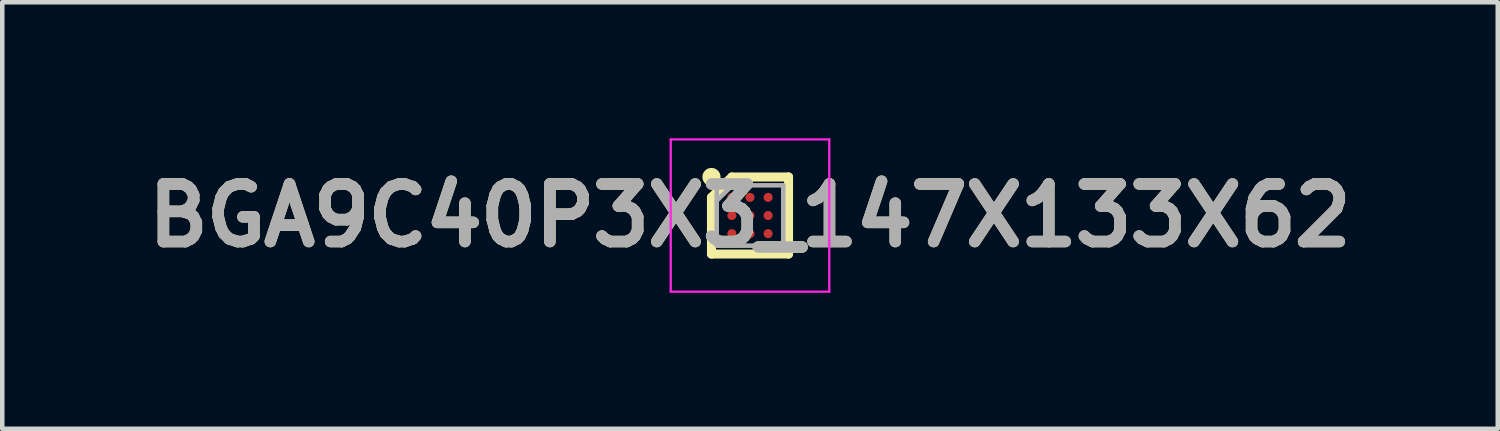
<source format=kicad_pcb>
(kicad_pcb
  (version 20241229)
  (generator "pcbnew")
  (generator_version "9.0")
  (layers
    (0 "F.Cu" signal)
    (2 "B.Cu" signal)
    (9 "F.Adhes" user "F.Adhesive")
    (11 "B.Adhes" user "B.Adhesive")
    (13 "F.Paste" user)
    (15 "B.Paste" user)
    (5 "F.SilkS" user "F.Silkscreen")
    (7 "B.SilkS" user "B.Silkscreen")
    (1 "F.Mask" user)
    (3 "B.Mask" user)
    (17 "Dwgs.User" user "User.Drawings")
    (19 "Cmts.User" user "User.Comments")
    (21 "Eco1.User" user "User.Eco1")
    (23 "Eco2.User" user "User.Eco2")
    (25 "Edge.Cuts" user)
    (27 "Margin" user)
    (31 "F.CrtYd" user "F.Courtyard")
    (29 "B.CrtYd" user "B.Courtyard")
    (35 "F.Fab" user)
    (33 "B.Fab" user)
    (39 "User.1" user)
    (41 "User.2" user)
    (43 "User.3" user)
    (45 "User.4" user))
  (footprint "BGA9C40P3X3_147X133X62"
    (layer "F.Cu")
    (at 13.498 1.705)
    (property "Reference" "BGA9C40P3X3_147X133X62" (at 0 0 0) (layer "F.SilkS") (effects (font (size 1.27 1.27) (thickness 0.254))))
    (attr smd)
    (fp_line (start -0.85 -0.4) (end -0.4 -0.85) (stroke (width 0.2) (type solid)) (layer "F.SilkS"))
    (fp_line (start -0.85 0.85) (end -0.85 -0.4) (stroke (width 0.2) (type solid)) (layer "F.SilkS"))
    (fp_line (start -0.4 -0.85) (end 0.85 -0.85) (stroke (width 0.2) (type solid)) (layer "F.SilkS"))
    (fp_line (start 0.85 -0.85) (end 0.85 0.85) (stroke (width 0.2) (type solid)) (layer "F.SilkS"))
    (fp_line (start 0.85 0.85) (end -0.85 0.85) (stroke (width 0.2) (type solid)) (layer "F.SilkS"))
    (fp_circle (center -0.85 -0.85) (end -0.85 -0.75) (stroke (width 0.2) (type solid)) (fill no) (layer "F.SilkS"))
    (fp_line (start -1.749 -1.68) (end 1.749 -1.68) (stroke (width 0.05) (type solid)) (layer "F.CrtYd"))
    (fp_line (start -1.749 1.681) (end -1.749 -1.68) (stroke (width 0.05) (type solid)) (layer "F.CrtYd"))
    (fp_line (start 1.749 -1.68) (end 1.749 1.681) (stroke (width 0.05) (type solid)) (layer "F.CrtYd"))
    (fp_line (start 1.749 1.681) (end -1.749 1.681) (stroke (width 0.05) (type solid)) (layer "F.CrtYd"))
    (fp_line (start -0.734 -0.666) (end 0.734 -0.666) (stroke (width 0.1) (type solid)) (layer "F.Fab"))
    (fp_line (start -0.734 -0.325) (end -0.394 -0.665) (stroke (width 0.1) (type solid)) (layer "F.Fab"))
    (fp_line (start -0.734 0.665) (end -0.734 -0.666) (stroke (width 0.1) (type solid)) (layer "F.Fab"))
    (fp_line (start 0.734 -0.666) (end 0.734 0.665) (stroke (width 0.1) (type solid)) (layer "F.Fab"))
    (fp_line (start 0.734 0.665) (end -0.734 0.665) (stroke (width 0.1) (type solid)) (layer "F.Fab"))
    (fp_text user "${REFERENCE}" (at 0 0 0) (layer "F.Fab") (effects (font (size 1.27 1.27) (thickness 0.254))))
    (pad "A1" smd circle (at -0.4 -0.4 90) (size 0.2 0.2) (layers "F.Cu" "F.Mask" "F.Paste"))
    (pad "A2" smd circle (at 0 -0.4 90) (size 0.2 0.2) (layers "F.Cu" "F.Mask" "F.Paste"))
    (pad "A3" smd circle (at 0.4 -0.4 90) (size 0.2 0.2) (layers "F.Cu" "F.Mask" "F.Paste"))
    (pad "B1" smd circle (at -0.4 0 90) (size 0.2 0.2) (layers "F.Cu" "F.Mask" "F.Paste"))
    (pad "B2" smd circle (at 0 0 90) (size 0.2 0.2) (layers "F.Cu" "F.Mask" "F.Paste"))
    (pad "B3" smd circle (at 0.4 0 90) (size 0.2 0.2) (layers "F.Cu" "F.Mask" "F.Paste"))
    (pad "C1" smd circle (at -0.4 0.4 90) (size 0.2 0.2) (layers "F.Cu" "F.Mask" "F.Paste"))
    (pad "C2" smd circle (at 0 0.4 90) (size 0.2 0.2) (layers "F.Cu" "F.Mask" "F.Paste"))
    (pad "C3" smd circle (at 0.4 0.4 90) (size 0.2 0.2) (layers "F.Cu" "F.Mask" "F.Paste")))
  (gr_rect
    (start -3 -3)
    (end 29.997 6.411)
    (stroke (width 0.1) (type default))
    (fill no)
    (layer "Edge.Cuts")))
</source>
